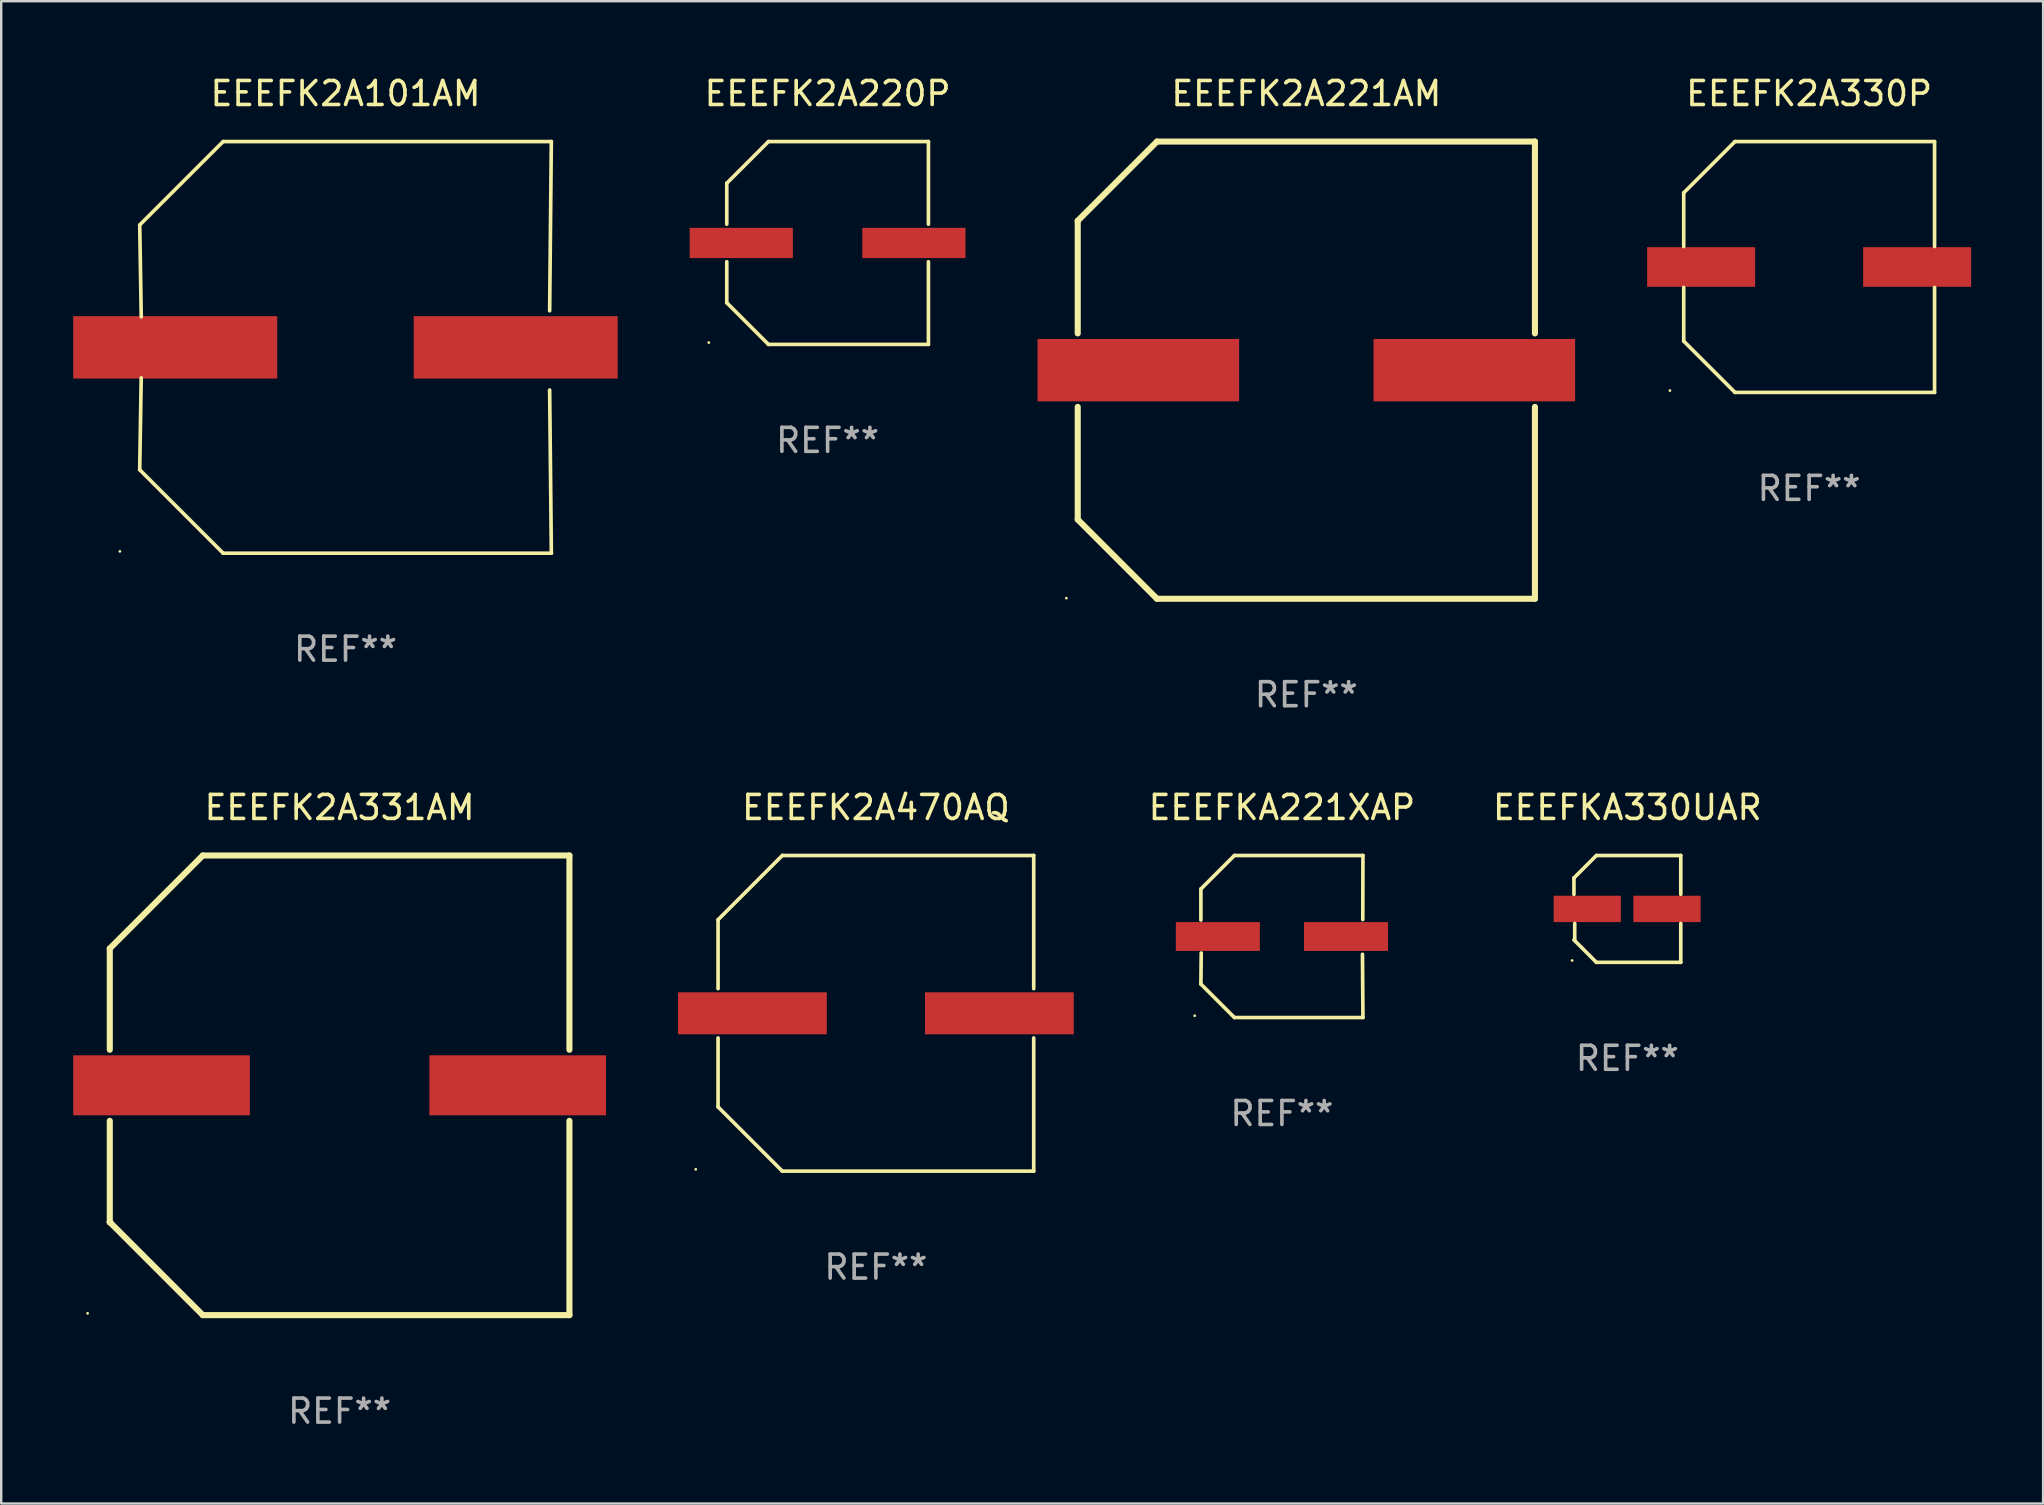
<source format=kicad_pcb>
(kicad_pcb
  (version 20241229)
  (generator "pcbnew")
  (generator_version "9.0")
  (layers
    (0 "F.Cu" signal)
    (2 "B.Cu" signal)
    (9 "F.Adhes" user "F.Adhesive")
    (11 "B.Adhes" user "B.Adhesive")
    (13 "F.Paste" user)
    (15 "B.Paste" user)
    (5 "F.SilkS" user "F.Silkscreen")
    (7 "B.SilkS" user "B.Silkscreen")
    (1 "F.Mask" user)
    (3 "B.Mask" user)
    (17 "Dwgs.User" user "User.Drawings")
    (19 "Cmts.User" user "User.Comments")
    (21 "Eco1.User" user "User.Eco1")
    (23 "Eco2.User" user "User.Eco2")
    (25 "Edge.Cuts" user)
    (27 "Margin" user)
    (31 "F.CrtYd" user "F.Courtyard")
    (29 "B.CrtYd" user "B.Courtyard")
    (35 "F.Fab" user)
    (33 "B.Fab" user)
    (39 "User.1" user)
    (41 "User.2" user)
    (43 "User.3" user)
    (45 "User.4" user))
  (footprint "EEEFKA330UAR"
    (layer "F.Cu")
    (at 64.756 34.821)
    (property "Reference" "EEEFKA330UAR" (at 0 -4.226 0) (layer "F.SilkS") (effects (font (size 1 1) (thickness 0.15))))
    (attr through_hole)
    (fp_line (start -2.226 -1.29) (end -2.226 -0.607) (stroke (width 0.152) (type solid)) (layer "F.SilkS"))
    (fp_line (start -2.193 1.29) (end -2.193 0.607) (stroke (width 0.152) (type solid)) (layer "F.SilkS"))
    (fp_line (start -1.29 2.226) (end -2.226 1.29) (stroke (width 0.152) (type solid)) (layer "F.SilkS"))
    (fp_line (start -1.29 -2.226) (end -2.226 -1.29) (stroke (width 0.152) (type solid)) (layer "F.SilkS"))
    (fp_line (start 2.226 -2.226) (end -1.29 -2.226) (stroke (width 0.152) (type solid)) (layer "F.SilkS"))
    (fp_line (start 2.226 -0.607) (end 2.226 -2.226) (stroke (width 0.152) (type solid)) (layer "F.SilkS"))
    (fp_line (start 2.226 0.607) (end 2.226 2.226) (stroke (width 0.152) (type solid)) (layer "F.SilkS"))
    (fp_line (start 2.226 2.226) (end -1.29 2.226) (stroke (width 0.152) (type solid)) (layer "F.SilkS"))
    (fp_circle (center -2.3 2.15) (end -2.27 2.15) (stroke (width 0.06) (type solid)) (fill no) (layer "F.SilkS"))
    (fp_text user "REF**" (at 0 6.226 0) (layer "F.Fab") (effects (font (size 1 1) (thickness 0.15))))
    (pad "1" smd rect (at -1.67 -0.000025) (size 2.8 1.1) (layers "F.Cu" "F.Mask" "F.Paste"))
    (pad "2" smd rect (at 1.651 -0.000025) (size 2.8 1.1) (layers "F.Cu" "F.Mask" "F.Paste")))
  (footprint "EEEFK2A221AM"
    (layer "F.Cu")
    (at 51.38 12.373)
    (property "Reference" "EEEFK2A221AM" (at 0 -11.525 0) (layer "F.SilkS") (effects (font (size 1 1) (thickness 0.15))))
    (attr through_hole)
    (fp_line (start -9.525 -6.223) (end -9.525 -1.531) (stroke (width 0.254) (type solid)) (layer "F.SilkS"))
    (fp_line (start -9.525 1.531) (end -9.525 6.223) (stroke (width 0.254) (type solid)) (layer "F.SilkS"))
    (fp_line (start -9.525 6.223) (end -6.223 9.525) (stroke (width 0.254) (type solid)) (layer "F.SilkS"))
    (fp_line (start -6.223 -9.525) (end -9.525 -6.223) (stroke (width 0.254) (type solid)) (layer "F.SilkS"))
    (fp_line (start -6.223 9.525) (end 9.525 9.525) (stroke (width 0.254) (type solid)) (layer "F.SilkS"))
    (fp_line (start 9.525 -9.525) (end -6.223 -9.525) (stroke (width 0.254) (type solid)) (layer "F.SilkS"))
    (fp_line (start 9.525 -1.531) (end 9.525 -9.525) (stroke (width 0.254) (type solid)) (layer "F.SilkS"))
    (fp_line (start 9.525 9.525) (end 9.525 1.531) (stroke (width 0.254) (type solid)) (layer "F.SilkS"))
    (fp_circle (center -10 9.5) (end -9.97 9.5) (stroke (width 0.06) (type solid)) (fill no) (layer "F.SilkS"))
    (fp_text user "REF**" (at 0 13.525 0) (layer "F.Fab") (effects (font (size 1 1) (thickness 0.15))))
    (pad "1" smd rect (at -7 0) (size 8.4 2.6) (layers "F.Cu" "F.Mask" "F.Paste"))
    (pad "2" smd rect (at 7 0) (size 8.4 2.6) (layers "F.Cu" "F.Mask" "F.Paste")))
  (footprint "EEEFK2A101AM"
    (layer "F.Cu")
    (at 11.347 11.424)
    (property "Reference" "EEEFK2A101AM" (at 0 -10.576 0) (layer "F.SilkS") (effects (font (size 1 1) (thickness 0.15))))
    (attr through_hole)
    (fp_line (start -8.576 5.099) (end -8.513 1.269) (stroke (width 0.152) (type solid)) (layer "F.SilkS"))
    (fp_line (start -8.575 -5.101) (end -8.512 -1.271) (stroke (width 0.152) (type solid)) (layer "F.SilkS"))
    (fp_line (start -5.1 -8.576) (end -8.575 -5.101) (stroke (width 0.152) (type solid)) (layer "F.SilkS"))
    (fp_line (start -5.1 8.576) (end -8.576 5.099) (stroke (width 0.152) (type solid)) (layer "F.SilkS"))
    (fp_line (start 8.505 -1.525) (end 8.575 -8.576) (stroke (width 0.152) (type solid)) (layer "F.SilkS"))
    (fp_line (start 8.505 1.777) (end 8.576 8.576) (stroke (width 0.152) (type solid)) (layer "F.SilkS"))
    (fp_line (start 8.575 -8.576) (end -5.1 -8.576) (stroke (width 0.152) (type solid)) (layer "F.SilkS"))
    (fp_line (start 8.576 8.576) (end -5.1 8.576) (stroke (width 0.152) (type solid)) (layer "F.SilkS"))
    (fp_circle (center -9.402 8.499) (end -9.372 8.499) (stroke (width 0.06) (type solid)) (fill no) (layer "F.SilkS"))
    (fp_text user "REF**" (at 0 12.576 0) (layer "F.Fab") (effects (font (size 1 1) (thickness 0.15))))
    (pad "1" smd rect (at -7.097 -0.001) (size 8.5 2.6) (layers "F.Cu" "F.Mask" "F.Paste"))
    (pad "2" smd rect (at 7.09 -0.001) (size 8.5 2.6) (layers "F.Cu" "F.Mask" "F.Paste")))
  (footprint "EEEFK2A220P"
    (layer "F.Cu")
    (at 31.433 7.074)
    (property "Reference" "EEEFK2A220P" (at 0 -6.226 0) (layer "F.SilkS") (effects (font (size 1 1) (thickness 0.15))))
    (attr through_hole)
    (fp_line (start -4.201 -2.49) (end -4.201 -0.782) (stroke (width 0.152) (type solid)) (layer "F.SilkS"))
    (fp_line (start -4.201 2.49) (end -4.201 0.782) (stroke (width 0.152) (type solid)) (layer "F.SilkS"))
    (fp_line (start -2.465 -4.226) (end -4.201 -2.49) (stroke (width 0.152) (type solid)) (layer "F.SilkS"))
    (fp_line (start -2.465 4.226) (end -4.201 2.49) (stroke (width 0.152) (type solid)) (layer "F.SilkS"))
    (fp_line (start 4.201 -4.226) (end -2.465 -4.226) (stroke (width 0.152) (type solid)) (layer "F.SilkS"))
    (fp_line (start 4.201 -0.782) (end 4.201 -4.226) (stroke (width 0.152) (type solid)) (layer "F.SilkS"))
    (fp_line (start 4.201 0.782) (end 4.201 4.226) (stroke (width 0.152) (type solid)) (layer "F.SilkS"))
    (fp_line (start 4.201 4.226) (end -2.465 4.226) (stroke (width 0.152) (type solid)) (layer "F.SilkS"))
    (fp_circle (center -4.95 4.15) (end -4.92 4.15) (stroke (width 0.06) (type solid)) (fill no) (layer "F.SilkS"))
    (fp_text user "REF**" (at 0 8.226 0) (layer "F.Fab") (effects (font (size 1 1) (thickness 0.15))))
    (pad "1" smd rect (at -3.596 0.000025) (size 4.3 1.26) (layers "F.Cu" "F.Mask" "F.Paste"))
    (pad "2" smd rect (at 3.596 0.000025) (size 4.3 1.26) (layers "F.Cu" "F.Mask" "F.Paste")))
  (footprint "EEEFKA221XAP"
    (layer "F.Cu")
    (at 50.363 35.971)
    (property "Reference" "EEEFKA221XAP" (at 0 -5.376 0) (layer "F.SilkS") (effects (font (size 1 1) (thickness 0.15))))
    (attr through_hole)
    (fp_line (start -3.376 -1.98) (end -3.376 -0.686) (stroke (width 0.152) (type solid)) (layer "F.SilkS"))
    (fp_line (start -3.376 1.981) (end -3.362 0.686) (stroke (width 0.152) (type solid)) (layer "F.SilkS"))
    (fp_line (start -1.981 3.376) (end -3.376 1.981) (stroke (width 0.152) (type solid)) (layer "F.SilkS"))
    (fp_line (start -1.98 -3.376) (end -3.376 -1.98) (stroke (width 0.152) (type solid)) (layer "F.SilkS"))
    (fp_line (start 3.356 0.74) (end 3.376 3.376) (stroke (width 0.152) (type solid)) (layer "F.SilkS"))
    (fp_line (start 3.369 -0.707) (end 3.376 -3.376) (stroke (width 0.152) (type solid)) (layer "F.SilkS"))
    (fp_line (start 3.376 3.376) (end -1.981 3.376) (stroke (width 0.152) (type solid)) (layer "F.SilkS"))
    (fp_line (start 3.376 -3.376) (end -1.98 -3.376) (stroke (width 0.152) (type solid)) (layer "F.SilkS"))
    (fp_circle (center -3.634 3.3) (end -3.604 3.3) (stroke (width 0.06) (type solid)) (fill no) (layer "F.SilkS"))
    (fp_text user "REF**" (at 0 7.376 0) (layer "F.Fab") (effects (font (size 1 1) (thickness 0.15))))
    (pad "1" smd rect (at -2.67 0.000254) (size 3.5 1.2) (layers "F.Cu" "F.Mask" "F.Paste"))
    (pad "2" smd rect (at 2.67 0.000254) (size 3.5 1.2) (layers "F.Cu" "F.Mask" "F.Paste")))
  (footprint "EEEFK2A331AM"
    (layer "F.Cu")
    (at 11.1 42.171)
    (property "Reference" "EEEFK2A331AM" (at 0 -11.576 0) (layer "F.SilkS") (effects (font (size 1 1) (thickness 0.15))))
    (attr through_hole)
    (fp_line (start -9.576 -5.7) (end -9.576 -1.481) (stroke (width 0.254) (type solid)) (layer "F.SilkS"))
    (fp_line (start -9.576 1.481) (end -9.576 5.7) (stroke (width 0.254) (type solid)) (layer "F.SilkS"))
    (fp_line (start -9.576 5.7) (end -9.576 5.7) (stroke (width 0.254) (type solid)) (layer "F.SilkS"))
    (fp_line (start -9.576 5.7) (end -9.532 5.744) (stroke (width 0.254) (type solid)) (layer "F.SilkS"))
    (fp_line (start -9.576 5.7) (end -5.7 9.576) (stroke (width 0.254) (type solid)) (layer "F.SilkS"))
    (fp_line (start -5.7 9.576) (end 9.576 9.576) (stroke (width 0.254) (type solid)) (layer "F.SilkS"))
    (fp_line (start -5.7 -9.576) (end -9.576 -5.7) (stroke (width 0.254) (type solid)) (layer "F.SilkS"))
    (fp_line (start 9.576 -9.576) (end -5.7 -9.576) (stroke (width 0.254) (type solid)) (layer "F.SilkS"))
    (fp_line (start 9.576 -1.481) (end 9.576 -9.576) (stroke (width 0.254) (type solid)) (layer "F.SilkS"))
    (fp_line (start 9.576 9.576) (end 9.576 1.481) (stroke (width 0.254) (type solid)) (layer "F.SilkS"))
    (fp_circle (center -10.5 9.5) (end -10.47 9.5) (stroke (width 0.06) (type solid)) (fill no) (layer "F.SilkS"))
    (fp_text user "REF**" (at 0 13.576 0) (layer "F.Fab") (effects (font (size 1 1) (thickness 0.15))))
    (pad "1" smd rect (at -7.42 -0.000064) (size 7.36 2.5) (layers "F.Cu" "F.Mask" "F.Paste"))
    (pad "2" smd rect (at 7.42 -0.000064) (size 7.36 2.5) (layers "F.Cu" "F.Mask" "F.Paste")))
  (footprint "EEEFK2A470AQ"
    (layer "F.Cu")
    (at 33.445 39.171)
    (property "Reference" "EEEFK2A470AQ" (at 0 -8.576 0) (layer "F.SilkS") (effects (font (size 1 1) (thickness 0.15))))
    (attr through_hole)
    (fp_line (start -6.576 -3.9) (end -6.576 -1.027) (stroke (width 0.152) (type solid)) (layer "F.SilkS"))
    (fp_line (start -6.576 3.9) (end -6.576 1.027) (stroke (width 0.152) (type solid)) (layer "F.SilkS"))
    (fp_line (start -3.9 -6.576) (end -6.576 -3.9) (stroke (width 0.152) (type solid)) (layer "F.SilkS"))
    (fp_line (start -3.9 6.576) (end -6.576 3.9) (stroke (width 0.152) (type solid)) (layer "F.SilkS"))
    (fp_line (start 6.576 -6.576) (end -3.9 -6.576) (stroke (width 0.152) (type solid)) (layer "F.SilkS"))
    (fp_line (start 6.576 -1.027) (end 6.576 -6.576) (stroke (width 0.152) (type solid)) (layer "F.SilkS"))
    (fp_line (start 6.576 1.027) (end 6.576 6.576) (stroke (width 0.152) (type solid)) (layer "F.SilkS"))
    (fp_line (start 6.576 6.576) (end -3.9 6.576) (stroke (width 0.152) (type solid)) (layer "F.SilkS"))
    (fp_circle (center -7.506 6.5) (end -7.476 6.5) (stroke (width 0.06) (type solid)) (fill no) (layer "F.SilkS"))
    (fp_text user "REF**" (at 0 10.576 0) (layer "F.Fab") (effects (font (size 1 1) (thickness 0.15))))
    (pad "1" smd rect (at -5.145 0) (size 6.2 1.75) (layers "F.Cu" "F.Mask" "F.Paste"))
    (pad "2" smd rect (at 5.145 0) (size 6.2 1.75) (layers "F.Cu" "F.Mask" "F.Paste")))
  (footprint "EEEFK2A330P"
    (layer "F.Cu")
    (at 72.33 8.074)
    (property "Reference" "EEEFK2A330P" (at 0 -7.226 0) (layer "F.SilkS") (effects (font (size 1 1) (thickness 0.15))))
    (attr through_hole)
    (fp_line (start -5.226 -3.09) (end -5.226 -0.852) (stroke (width 0.152) (type solid)) (layer "F.SilkS"))
    (fp_line (start -5.226 3.09) (end -5.226 0.852) (stroke (width 0.152) (type solid)) (layer "F.SilkS"))
    (fp_line (start -3.09 -5.226) (end -5.226 -3.09) (stroke (width 0.152) (type solid)) (layer "F.SilkS"))
    (fp_line (start -3.09 5.226) (end -5.226 3.09) (stroke (width 0.152) (type solid)) (layer "F.SilkS"))
    (fp_line (start 5.226 -5.226) (end -3.09 -5.226) (stroke (width 0.152) (type solid)) (layer "F.SilkS"))
    (fp_line (start 5.226 -0.852) (end 5.226 -5.226) (stroke (width 0.152) (type solid)) (layer "F.SilkS"))
    (fp_line (start 5.226 0.852) (end 5.226 5.226) (stroke (width 0.152) (type solid)) (layer "F.SilkS"))
    (fp_line (start 5.226 5.226) (end -3.09 5.226) (stroke (width 0.152) (type solid)) (layer "F.SilkS"))
    (fp_circle (center -5.8 5.15) (end -5.77 5.15) (stroke (width 0.06) (type solid)) (fill no) (layer "F.SilkS"))
    (fp_text user "REF**" (at 0 9.226 0) (layer "F.Fab") (effects (font (size 1 1) (thickness 0.15))))
    (pad "1" smd rect (at -4.5 0) (size 4.5 1.65) (layers "F.Cu" "F.Mask" "F.Paste"))
    (pad "2" smd rect (at 4.5 0) (size 4.5 1.65) (layers "F.Cu" "F.Mask" "F.Paste")))
  (gr_rect
    (start -3 -3)
    (end 82.079 59.596)
    (stroke (width 0.1) (type default))
    (fill no)
    (layer "Edge.Cuts")))
</source>
